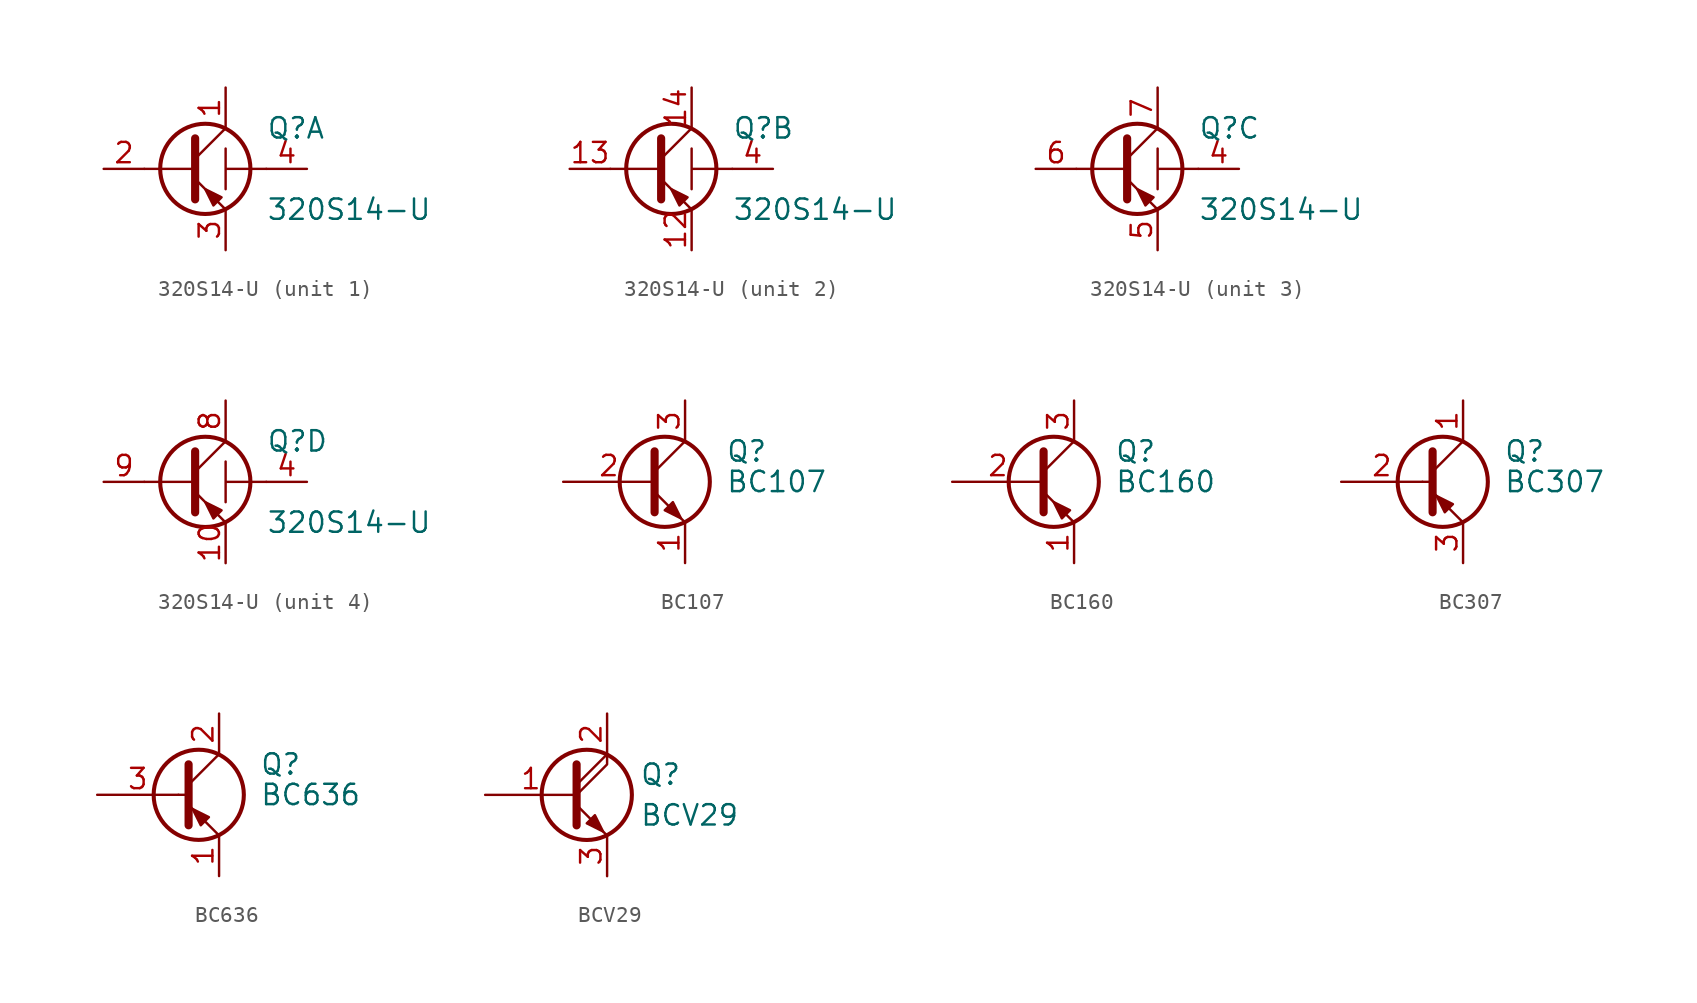
<source format=kicad_sym>
(kicad_symbol_lib
  (version 20231120)
  (generator "kicad_symbol_editor")
  (generator_version "8.0")
  (symbol "320S14-U"
    (pin_names
      (offset 0))
    (property "Reference" "Q"
      (at 5.08 2.54 0)
      (effects (font (size 1.27 1.27)) (justify left)))
    (property "Value" "320S14-U"
      (at 5.08 -2.54 0)
      (effects (font (size 1.27 1.27)) (justify left)))
    (property "ki_locked" ""
      (at 0 0 0)
      (effects (font (size 1.27 1.27))))
    (symbol "320S14-U_0_1"
      (polyline (pts (xy 2.54 1.27) (xy 2.54 -1.27) (xy 2.54 0) (xy 5.08 0)) (stroke (width 0.152) (type default)) (fill (type none)))
      (pin passive line (at 7.62 0 180) (length 2.54) hide (name "" (effects (font (size 1.27 1.27)))) (number "11" (effects (font (size 1.27 1.27)))))
      (pin passive line (at 7.62 0 180) (length 2.54) (name "" (effects (font (size 1.27 1.27)))) (number "4" (effects (font (size 1.27 1.27))))))
    (symbol "320S14-U_1_1"
      (polyline (pts (xy 0.635 0) (xy -2.54 0)) (stroke (width 0) (type default)) (fill (type none)))
      (polyline (pts (xy 0.635 0.635) (xy 2.54 2.54)) (stroke (width 0) (type default)) (fill (type none)))
      (polyline (pts (xy 0.635 -0.635) (xy 2.54 -2.54) (xy 2.54 -2.54)) (stroke (width 0) (type default)) (fill (type none)))
      (polyline (pts (xy 0.635 1.905) (xy 0.635 -1.905) (xy 0.635 -1.905)) (stroke (width 0.508) (type default)) (fill (type none)))
      (polyline (pts (xy 2.286 -1.778) (xy 1.778 -2.286) (xy 1.27 -1.27) (xy 2.286 -1.778) (xy 2.286 -1.778)) (stroke (width 0) (type default)) (fill (type outline)))
      (circle (center 1.27 0) (radius 2.819) (stroke (width 0.254) (type default)) (fill (type none)))
      (pin passive line (at 2.54 5.08 270) (length 2.54) (name "" (effects (font (size 1.27 1.27)))) (number "1" (effects (font (size 1.27 1.27)))))
      (pin input line (at -5.08 0 0) (length 2.54) (name "" (effects (font (size 1.27 1.27)))) (number "2" (effects (font (size 1.27 1.27)))))
      (pin passive line (at 2.54 -5.08 90) (length 2.54) (name "" (effects (font (size 1.27 1.27)))) (number "3" (effects (font (size 1.27 1.27))))))
    (symbol "320S14-U_2_1"
      (polyline (pts (xy 0.635 0) (xy -2.54 0)) (stroke (width 0) (type default)) (fill (type none)))
      (polyline (pts (xy 0.635 0.635) (xy 2.54 2.54)) (stroke (width 0) (type default)) (fill (type none)))
      (polyline (pts (xy 0.635 -0.635) (xy 2.54 -2.54) (xy 2.54 -2.54)) (stroke (width 0) (type default)) (fill (type none)))
      (polyline (pts (xy 0.635 1.905) (xy 0.635 -1.905) (xy 0.635 -1.905)) (stroke (width 0.508) (type default)) (fill (type none)))
      (polyline (pts (xy 2.286 -1.778) (xy 1.778 -2.286) (xy 1.27 -1.27) (xy 2.286 -1.778) (xy 2.286 -1.778)) (stroke (width 0) (type default)) (fill (type outline)))
      (circle (center 1.27 0) (radius 2.819) (stroke (width 0.254) (type default)) (fill (type none)))
      (pin passive line (at 2.54 -5.08 90) (length 2.54) (name "" (effects (font (size 1.27 1.27)))) (number "12" (effects (font (size 1.27 1.27)))))
      (pin input line (at -5.08 0 0) (length 2.54) (name "" (effects (font (size 1.27 1.27)))) (number "13" (effects (font (size 1.27 1.27)))))
      (pin passive line (at 2.54 5.08 270) (length 2.54) (name "" (effects (font (size 1.27 1.27)))) (number "14" (effects (font (size 1.27 1.27))))))
    (symbol "320S14-U_3_1"
      (polyline (pts (xy 0.635 0) (xy -2.54 0)) (stroke (width 0) (type default)) (fill (type none)))
      (polyline (pts (xy 0.635 0.635) (xy 2.54 2.54)) (stroke (width 0) (type default)) (fill (type none)))
      (polyline (pts (xy 0.635 -0.635) (xy 2.54 -2.54) (xy 2.54 -2.54)) (stroke (width 0) (type default)) (fill (type none)))
      (polyline (pts (xy 0.635 1.905) (xy 0.635 -1.905) (xy 0.635 -1.905)) (stroke (width 0.508) (type default)) (fill (type none)))
      (polyline (pts (xy 2.286 -1.778) (xy 1.778 -2.286) (xy 1.27 -1.27) (xy 2.286 -1.778) (xy 2.286 -1.778)) (stroke (width 0) (type default)) (fill (type outline)))
      (circle (center 1.27 0) (radius 2.819) (stroke (width 0.254) (type default)) (fill (type none)))
      (pin passive line (at 2.54 -5.08 90) (length 2.54) (name "" (effects (font (size 1.27 1.27)))) (number "5" (effects (font (size 1.27 1.27)))))
      (pin input line (at -5.08 0 0) (length 2.54) (name "" (effects (font (size 1.27 1.27)))) (number "6" (effects (font (size 1.27 1.27)))))
      (pin passive line (at 2.54 5.08 270) (length 2.54) (name "" (effects (font (size 1.27 1.27)))) (number "7" (effects (font (size 1.27 1.27))))))
    (symbol "320S14-U_4_1"
      (polyline (pts (xy 0.635 0) (xy -2.54 0)) (stroke (width 0) (type default)) (fill (type none)))
      (polyline (pts (xy 0.635 0.635) (xy 2.54 2.54)) (stroke (width 0) (type default)) (fill (type none)))
      (polyline (pts (xy 0.635 -0.635) (xy 2.54 -2.54) (xy 2.54 -2.54)) (stroke (width 0) (type default)) (fill (type none)))
      (polyline (pts (xy 0.635 1.905) (xy 0.635 -1.905) (xy 0.635 -1.905)) (stroke (width 0.508) (type default)) (fill (type none)))
      (polyline (pts (xy 2.286 -1.778) (xy 1.778 -2.286) (xy 1.27 -1.27) (xy 2.286 -1.778) (xy 2.286 -1.778)) (stroke (width 0) (type default)) (fill (type outline)))
      (circle (center 1.27 0) (radius 2.819) (stroke (width 0.254) (type default)) (fill (type none)))
      (pin passive line (at 2.54 -5.08 90) (length 2.54) (name "" (effects (font (size 1.27 1.27)))) (number "10" (effects (font (size 1.27 1.27)))))
      (pin passive line (at 2.54 5.08 270) (length 2.54) (name "" (effects (font (size 1.27 1.27)))) (number "8" (effects (font (size 1.27 1.27)))))
      (pin input line (at -5.08 0 0) (length 2.54) (name "" (effects (font (size 1.27 1.27)))) (number "9" (effects (font (size 1.27 1.27)))))))
  (symbol "BC107"
    (pin_names
      (offset 0) hide)
    (property "Reference" "Q"
      (at 5.08 1.905 0)
      (effects (font (size 1.27 1.27)) (justify left)))
    (property "Value" "BC107"
      (at 5.08 0 0)
      (effects (font (size 1.27 1.27)) (justify left)))
    (symbol "BC107_0_1"
      (polyline (pts (xy 0.635 0.635) (xy 2.54 2.54)) (stroke (width 0) (type default)) (fill (type none)))
      (polyline (pts (xy 0.635 -0.635) (xy 2.54 -2.54) (xy 2.54 -2.54)) (stroke (width 0) (type default)) (fill (type none)))
      (polyline (pts (xy 0.635 1.905) (xy 0.635 -1.905) (xy 0.635 -1.905)) (stroke (width 0.508) (type default)) (fill (type none)))
      (polyline (pts (xy 1.27 -1.778) (xy 1.778 -1.27) (xy 2.286 -2.286) (xy 1.27 -1.778) (xy 1.27 -1.778)) (stroke (width 0) (type default)) (fill (type outline)))
      (circle (center 1.27 0) (radius 2.819) (stroke (width 0.254) (type default)) (fill (type none))))
    (symbol "BC107_1_1"
      (pin passive line (at 2.54 -5.08 90) (length 2.54) (name "E" (effects (font (size 1.27 1.27)))) (number "1" (effects (font (size 1.27 1.27)))))
      (pin input line (at -5.08 0 0) (length 5.715) (name "B" (effects (font (size 1.27 1.27)))) (number "2" (effects (font (size 1.27 1.27)))))
      (pin passive line (at 2.54 5.08 270) (length 2.54) (name "C" (effects (font (size 1.27 1.27)))) (number "3" (effects (font (size 1.27 1.27)))))))
  (symbol "BC160"
    (pin_names
      (offset 0) hide)
    (property "Reference" "Q"
      (at 5.08 1.905 0)
      (effects (font (size 1.27 1.27)) (justify left)))
    (property "Value" "BC160"
      (at 5.08 0 0)
      (effects (font (size 1.27 1.27)) (justify left)))
    (symbol "BC160_0_1"
      (polyline (pts (xy 0.635 0.635) (xy 2.54 2.54)) (stroke (width 0) (type default)) (fill (type none)))
      (polyline (pts (xy 0.635 -0.635) (xy 2.54 -2.54) (xy 2.54 -2.54)) (stroke (width 0) (type default)) (fill (type none)))
      (polyline (pts (xy 0.635 1.905) (xy 0.635 -1.905) (xy 0.635 -1.905)) (stroke (width 0.508) (type default)) (fill (type none)))
      (polyline (pts (xy 2.286 -1.778) (xy 1.778 -2.286) (xy 1.27 -1.27) (xy 2.286 -1.778) (xy 2.286 -1.778)) (stroke (width 0) (type default)) (fill (type outline)))
      (circle (center 1.27 0) (radius 2.819) (stroke (width 0.254) (type default)) (fill (type none))))
    (symbol "BC160_1_1"
      (pin passive line (at 2.54 -5.08 90) (length 2.54) (name "E" (effects (font (size 1.27 1.27)))) (number "1" (effects (font (size 1.27 1.27)))))
      (pin input line (at -5.08 0 0) (length 5.715) (name "B" (effects (font (size 1.27 1.27)))) (number "2" (effects (font (size 1.27 1.27)))))
      (pin passive line (at 2.54 5.08 270) (length 2.54) (name "C" (effects (font (size 1.27 1.27)))) (number "3" (effects (font (size 1.27 1.27)))))))
  (symbol "BC307"
    (pin_names
      (offset 0) hide)
    (property "Reference" "Q"
      (at 5.08 1.905 0)
      (effects (font (size 1.27 1.27)) (justify left)))
    (property "Value" "BC307"
      (at 5.08 0 0)
      (effects (font (size 1.27 1.27)) (justify left)))
    (symbol "BC307_0_1"
      (polyline (pts (xy 0 0) (xy 0.635 0)) (stroke (width 0) (type default)) (fill (type none)))
      (polyline (pts (xy 2.54 -2.54) (xy 0.635 -0.635)) (stroke (width 0) (type default)) (fill (type none)))
      (polyline (pts (xy 2.54 2.54) (xy 0.635 0.635)) (stroke (width 0) (type default)) (fill (type none)))
      (polyline (pts (xy 0.635 1.905) (xy 0.635 -1.905) (xy 0.635 -1.905)) (stroke (width 0.508) (type default)) (fill (type outline)))
      (polyline (pts (xy 1.397 -1.905) (xy 1.905 -1.397) (xy 0.889 -0.889) (xy 1.397 -1.905) (xy 1.397 -1.905)) (stroke (width 0) (type default)) (fill (type outline)))
      (circle (center 1.27 0) (radius 2.819) (stroke (width 0.254) (type default)) (fill (type none))))
    (symbol "BC307_1_1"
      (pin passive line (at 2.54 5.08 270) (length 2.54) (name "C" (effects (font (size 1.27 1.27)))) (number "1" (effects (font (size 1.27 1.27)))))
      (pin input line (at -5.08 0 0) (length 5.08) (name "B" (effects (font (size 1.27 1.27)))) (number "2" (effects (font (size 1.27 1.27)))))
      (pin passive line (at 2.54 -5.08 90) (length 2.54) (name "E" (effects (font (size 1.27 1.27)))) (number "3" (effects (font (size 1.27 1.27)))))))
  (symbol "BC636"
    (pin_names
      (offset 0) hide)
    (property "Reference" "Q"
      (at 5.08 1.905 0)
      (effects (font (size 1.27 1.27)) (justify left)))
    (property "Value" "BC636"
      (at 5.08 0 0)
      (effects (font (size 1.27 1.27)) (justify left)))
    (symbol "BC636_0_1"
      (polyline (pts (xy 0 0) (xy 0.635 0)) (stroke (width 0) (type default)) (fill (type none)))
      (polyline (pts (xy 2.54 -2.54) (xy 0.635 -0.635)) (stroke (width 0) (type default)) (fill (type none)))
      (polyline (pts (xy 2.54 2.54) (xy 0.635 0.635)) (stroke (width 0) (type default)) (fill (type none)))
      (polyline (pts (xy 0.635 1.905) (xy 0.635 -1.905) (xy 0.635 -1.905)) (stroke (width 0.508) (type default)) (fill (type outline)))
      (polyline (pts (xy 1.397 -1.905) (xy 1.905 -1.397) (xy 0.889 -0.889) (xy 1.397 -1.905) (xy 1.397 -1.905)) (stroke (width 0) (type default)) (fill (type outline)))
      (circle (center 1.27 0) (radius 2.819) (stroke (width 0.254) (type default)) (fill (type none))))
    (symbol "BC636_1_1"
      (pin passive line (at 2.54 -5.08 90) (length 2.54) (name "E" (effects (font (size 1.27 1.27)))) (number "1" (effects (font (size 1.27 1.27)))))
      (pin passive line (at 2.54 5.08 270) (length 2.54) (name "C" (effects (font (size 1.27 1.27)))) (number "2" (effects (font (size 1.27 1.27)))))
      (pin input line (at -5.08 0 0) (length 5.08) (name "B" (effects (font (size 1.27 1.27)))) (number "3" (effects (font (size 1.27 1.27)))))))
  (symbol "BCV29"
    (pin_names
      (offset 0) hide)
    (property "Reference" "Q"
      (at 4.572 1.27 0)
      (effects (font (size 1.27 1.27)) (justify left)))
    (property "Value" "BCV29"
      (at 4.572 -1.27 0)
      (effects (font (size 1.27 1.27)) (justify left)))
    (symbol "BCV29_0_1"
      (polyline (pts (xy 0.635 0.635) (xy 2.54 2.54)) (stroke (width 0) (type default)) (fill (type none)))
      (polyline (pts (xy 0.635 -0.635) (xy 2.54 -2.54) (xy 2.54 -2.54)) (stroke (width 0) (type default)) (fill (type none)))
      (polyline (pts (xy 0.635 0) (xy 2.54 1.905) (xy 2.54 2.54)) (stroke (width 0) (type default)) (fill (type none)))
      (polyline (pts (xy 0.635 1.905) (xy 0.635 -1.905) (xy 0.635 -1.905)) (stroke (width 0.508) (type default)) (fill (type none)))
      (polyline (pts (xy 1.27 -1.778) (xy 1.778 -1.27) (xy 2.286 -2.286) (xy 1.27 -1.778) (xy 1.27 -1.778)) (stroke (width 0) (type default)) (fill (type outline)))
      (circle (center 1.27 0) (radius 2.819) (stroke (width 0.254) (type default)) (fill (type none))))
    (symbol "BCV29_1_1"
      (pin input line (at -5.08 0 0) (length 5.715) (name "B" (effects (font (size 1.27 1.27)))) (number "1" (effects (font (size 1.27 1.27)))))
      (pin passive line (at 2.54 5.08 270) (length 2.54) (name "C" (effects (font (size 1.27 1.27)))) (number "2" (effects (font (size 1.27 1.27)))))
      (pin passive line (at 2.54 -5.08 90) (length 2.54) (name "E" (effects (font (size 1.27 1.27)))) (number "3" (effects (font (size 1.27 1.27))))))))
</source>
